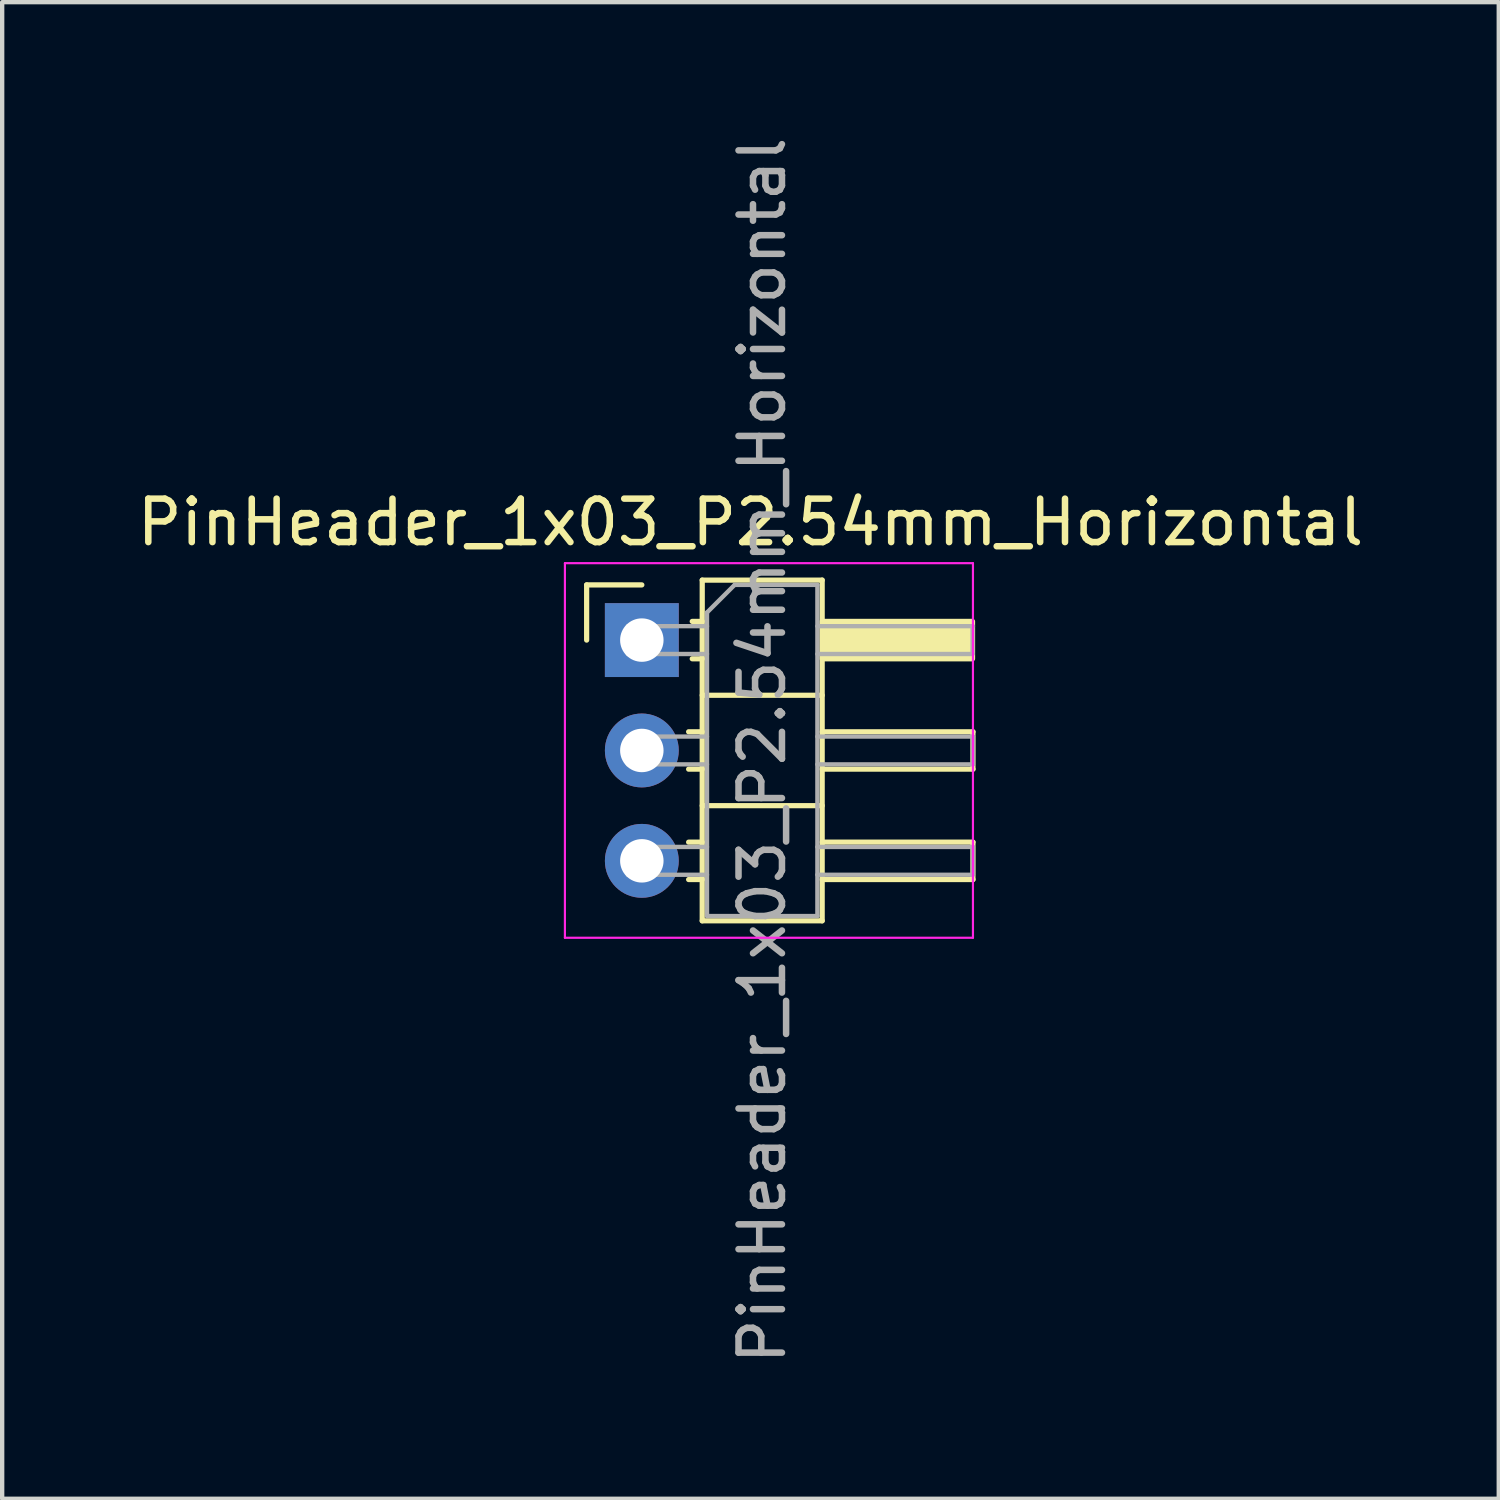
<source format=kicad_pcb>
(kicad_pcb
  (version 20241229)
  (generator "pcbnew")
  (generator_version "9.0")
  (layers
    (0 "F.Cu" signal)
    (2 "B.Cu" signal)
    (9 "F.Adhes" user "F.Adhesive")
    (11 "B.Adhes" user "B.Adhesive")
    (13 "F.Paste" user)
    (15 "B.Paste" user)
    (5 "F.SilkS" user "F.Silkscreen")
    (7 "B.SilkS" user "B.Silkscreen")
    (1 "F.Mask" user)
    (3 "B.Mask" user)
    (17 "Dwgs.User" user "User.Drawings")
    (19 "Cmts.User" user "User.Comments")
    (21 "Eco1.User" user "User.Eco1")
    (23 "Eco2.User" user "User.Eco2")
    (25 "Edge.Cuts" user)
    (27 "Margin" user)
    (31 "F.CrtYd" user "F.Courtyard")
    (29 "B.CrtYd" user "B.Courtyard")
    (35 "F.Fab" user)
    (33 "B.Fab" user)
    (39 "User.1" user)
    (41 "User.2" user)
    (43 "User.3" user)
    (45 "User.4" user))
  (footprint "PinHeader_1x03_P2.54mm_Horizontal"
    (layer "F.Cu")
    (at 11.72 11.68)
    (property "Reference" "PinHeader_1x03_P2.54mm_Horizontal" (at 2.5 -2.71 0) (layer "F.SilkS") (effects (font (size 1 1) (thickness 0.15))))
    (attr through_hole)
    (fp_line (start -1.27 -1.27) (end 0 -1.27) (stroke (width 0.12) (type solid)) (layer "F.SilkS"))
    (fp_line (start -1.27 0) (end -1.27 -1.27) (stroke (width 0.12) (type solid)) (layer "F.SilkS"))
    (fp_line (start 1.077 2.11) (end 1.39 2.11) (stroke (width 0.12) (type solid)) (layer "F.SilkS"))
    (fp_line (start 1.077 2.97) (end 1.39 2.97) (stroke (width 0.12) (type solid)) (layer "F.SilkS"))
    (fp_line (start 1.077 4.65) (end 1.39 4.65) (stroke (width 0.12) (type solid)) (layer "F.SilkS"))
    (fp_line (start 1.077 5.51) (end 1.39 5.51) (stroke (width 0.12) (type solid)) (layer "F.SilkS"))
    (fp_line (start 1.16 -0.43) (end 1.39 -0.43) (stroke (width 0.12) (type solid)) (layer "F.SilkS"))
    (fp_line (start 1.16 0.43) (end 1.39 0.43) (stroke (width 0.12) (type solid)) (layer "F.SilkS"))
    (fp_line (start 1.39 -1.38) (end 1.39 6.46) (stroke (width 0.12) (type solid)) (layer "F.SilkS"))
    (fp_line (start 1.39 1.27) (end 4.15 1.27) (stroke (width 0.12) (type solid)) (layer "F.SilkS"))
    (fp_line (start 1.39 3.81) (end 4.15 3.81) (stroke (width 0.12) (type solid)) (layer "F.SilkS"))
    (fp_line (start 1.39 6.46) (end 4.15 6.46) (stroke (width 0.12) (type solid)) (layer "F.SilkS"))
    (fp_line (start 4.15 -1.38) (end 1.39 -1.38) (stroke (width 0.12) (type solid)) (layer "F.SilkS"))
    (fp_line (start 4.15 2.11) (end 7.62 2.11) (stroke (width 0.12) (type solid)) (layer "F.SilkS"))
    (fp_line (start 4.15 4.65) (end 7.62 4.65) (stroke (width 0.12) (type solid)) (layer "F.SilkS"))
    (fp_line (start 4.15 6.46) (end 4.15 -1.38) (stroke (width 0.12) (type solid)) (layer "F.SilkS"))
    (fp_line (start 7.62 2.11) (end 7.62 2.97) (stroke (width 0.12) (type solid)) (layer "F.SilkS"))
    (fp_line (start 7.62 2.97) (end 4.15 2.97) (stroke (width 0.12) (type solid)) (layer "F.SilkS"))
    (fp_line (start 7.62 4.65) (end 7.62 5.51) (stroke (width 0.12) (type solid)) (layer "F.SilkS"))
    (fp_line (start 7.62 5.51) (end 4.15 5.51) (stroke (width 0.12) (type solid)) (layer "F.SilkS"))
    (fp_rect (start 4.15 -0.43) (end 7.61 0.43) (stroke (width 0.12) (type solid)) (fill yes) (layer "F.SilkS"))
    (fp_line (start -1.77 -1.77) (end -1.77 6.85) (stroke (width 0.05) (type solid)) (layer "F.CrtYd"))
    (fp_line (start -1.77 6.85) (end 7.62 6.85) (stroke (width 0.05) (type solid)) (layer "F.CrtYd"))
    (fp_line (start 7.62 -1.77) (end -1.77 -1.77) (stroke (width 0.05) (type solid)) (layer "F.CrtYd"))
    (fp_line (start 7.62 6.85) (end 7.62 -1.77) (stroke (width 0.05) (type solid)) (layer "F.CrtYd"))
    (fp_line (start -0.32 -0.32) (end -0.32 0.32) (stroke (width 0.1) (type solid)) (layer "F.Fab"))
    (fp_line (start -0.32 -0.32) (end 1.5 -0.32) (stroke (width 0.1) (type solid)) (layer "F.Fab"))
    (fp_line (start -0.32 0.32) (end 1.5 0.32) (stroke (width 0.1) (type solid)) (layer "F.Fab"))
    (fp_line (start -0.32 2.22) (end -0.32 2.86) (stroke (width 0.1) (type solid)) (layer "F.Fab"))
    (fp_line (start -0.32 2.22) (end 1.5 2.22) (stroke (width 0.1) (type solid)) (layer "F.Fab"))
    (fp_line (start -0.32 2.86) (end 1.5 2.86) (stroke (width 0.1) (type solid)) (layer "F.Fab"))
    (fp_line (start -0.32 4.76) (end -0.32 5.4) (stroke (width 0.1) (type solid)) (layer "F.Fab"))
    (fp_line (start -0.32 4.76) (end 1.5 4.76) (stroke (width 0.1) (type solid)) (layer "F.Fab"))
    (fp_line (start -0.32 5.4) (end 1.5 5.4) (stroke (width 0.1) (type solid)) (layer "F.Fab"))
    (fp_line (start 1.5 -0.635) (end 2.135 -1.27) (stroke (width 0.1) (type solid)) (layer "F.Fab"))
    (fp_line (start 1.5 6.35) (end 1.5 -0.635) (stroke (width 0.1) (type solid)) (layer "F.Fab"))
    (fp_line (start 2.135 -1.27) (end 4.04 -1.27) (stroke (width 0.1) (type solid)) (layer "F.Fab"))
    (fp_line (start 4.04 -1.27) (end 4.04 6.35) (stroke (width 0.1) (type solid)) (layer "F.Fab"))
    (fp_line (start 4.04 -0.32) (end 7.62 -0.32) (stroke (width 0.1) (type solid)) (layer "F.Fab"))
    (fp_line (start 4.04 0.32) (end 7.61 0.32) (stroke (width 0.1) (type solid)) (layer "F.Fab"))
    (fp_line (start 4.04 2.22) (end 7.62 2.22) (stroke (width 0.1) (type solid)) (layer "F.Fab"))
    (fp_line (start 4.04 2.86) (end 7.62 2.86) (stroke (width 0.1) (type solid)) (layer "F.Fab"))
    (fp_line (start 4.04 4.76) (end 7.62 4.76) (stroke (width 0.1) (type solid)) (layer "F.Fab"))
    (fp_line (start 4.04 5.4) (end 7.62 5.4) (stroke (width 0.1) (type solid)) (layer "F.Fab"))
    (fp_line (start 4.04 6.35) (end 1.5 6.35) (stroke (width 0.1) (type solid)) (layer "F.Fab"))
    (fp_line (start 7.61 -0.32) (end 7.61 0.32) (stroke (width 0.1) (type solid)) (layer "F.Fab"))
    (fp_line (start 7.62 2.22) (end 7.62 2.86) (stroke (width 0.1) (type solid)) (layer "F.Fab"))
    (fp_line (start 7.62 4.76) (end 7.62 5.4) (stroke (width 0.1) (type solid)) (layer "F.Fab"))
    (fp_text user "${REFERENCE}" (at 2.77 2.54 270) (layer "F.Fab") (effects (font (size 1 1) (thickness 0.15))))
    (pad "1" thru_hole rect (at 0 0) (size 1.7 1.7) (drill 1) (layers "*.Cu" "*.Mask"))
    (pad "2" thru_hole circle (at 0 2.54) (size 1.7 1.7) (drill 1) (layers "*.Cu" "*.Mask"))
    (pad "3" thru_hole circle (at 0 5.08) (size 1.7 1.7) (drill 1) (layers "*.Cu" "*.Mask")))
  (gr_rect
    (start -3 -3)
    (end 31.44 31.44)
    (stroke (width 0.1) (type default))
    (fill no)
    (layer "Edge.Cuts")))
</source>
